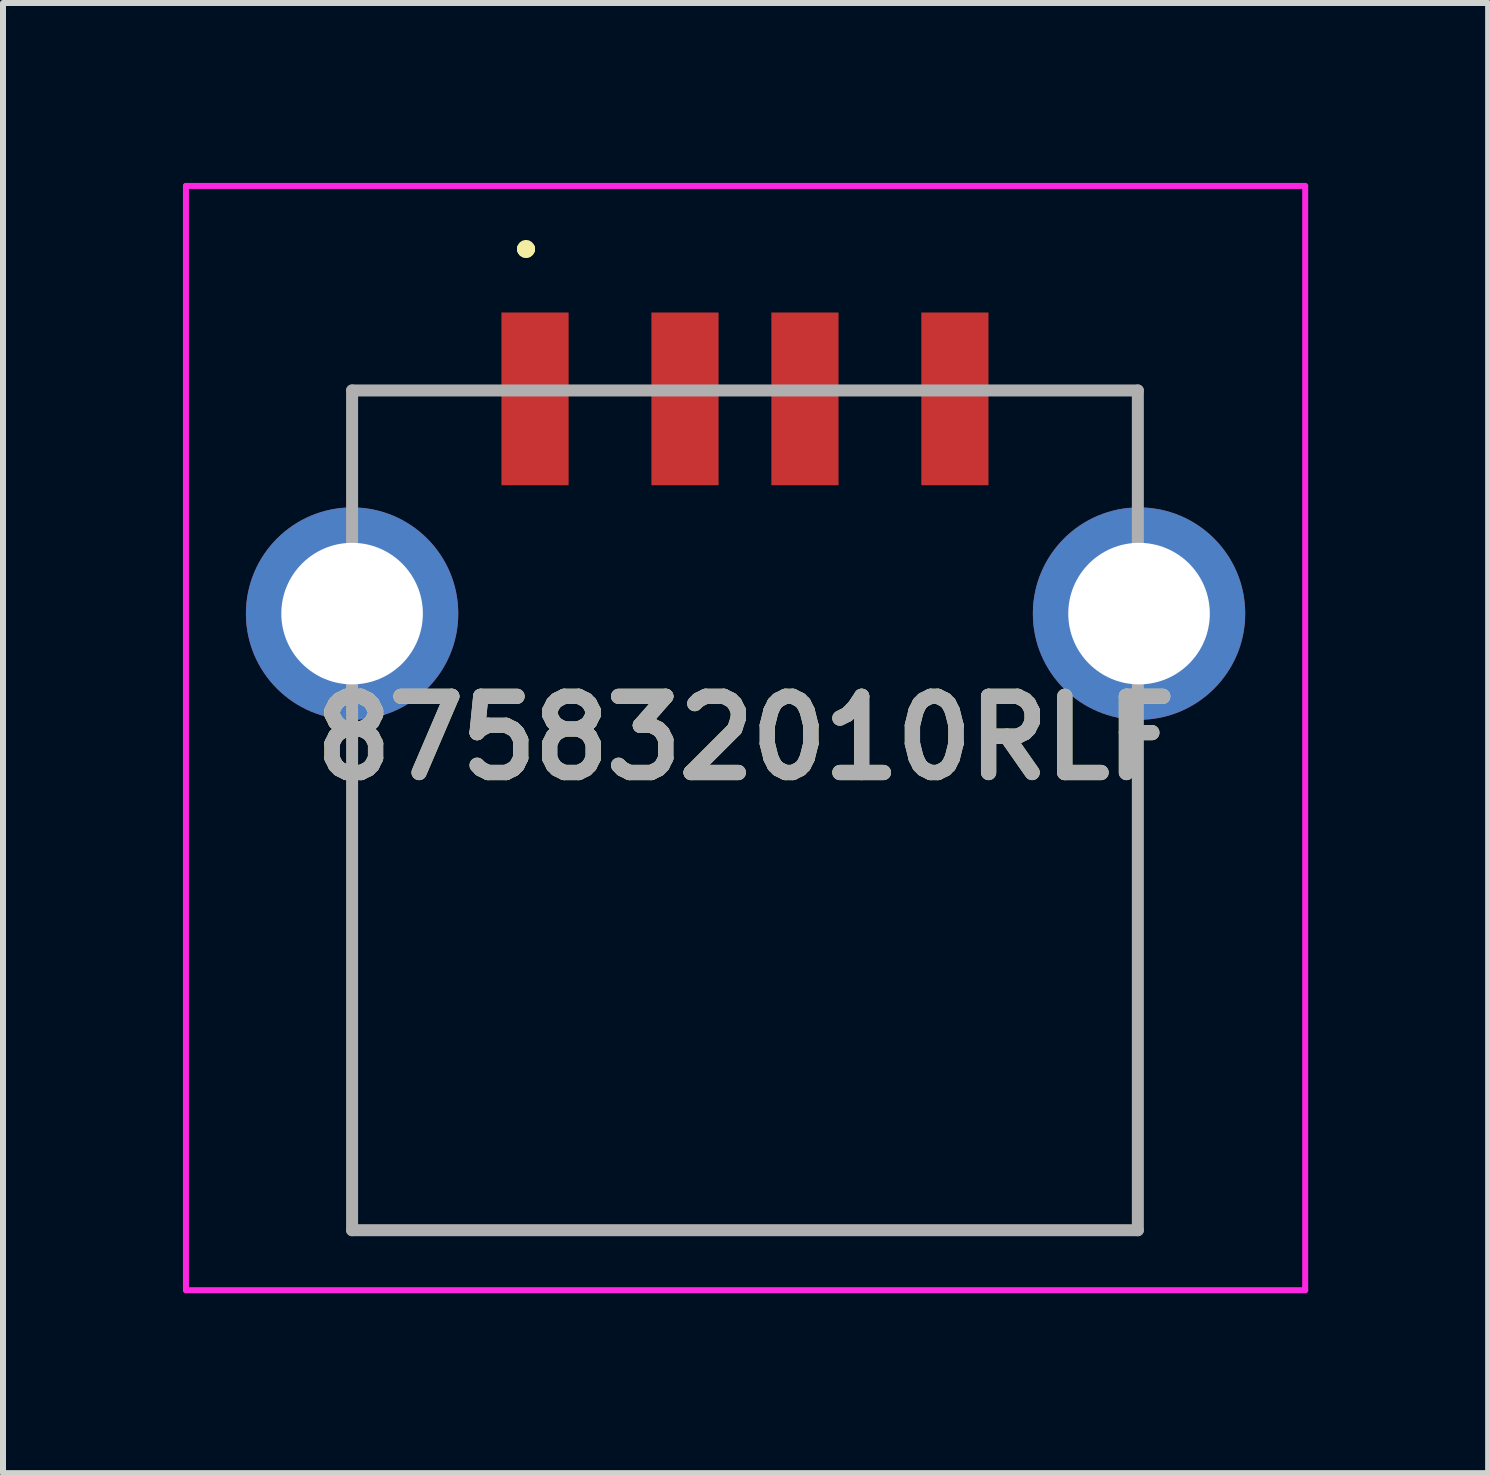
<source format=kicad_pcb>
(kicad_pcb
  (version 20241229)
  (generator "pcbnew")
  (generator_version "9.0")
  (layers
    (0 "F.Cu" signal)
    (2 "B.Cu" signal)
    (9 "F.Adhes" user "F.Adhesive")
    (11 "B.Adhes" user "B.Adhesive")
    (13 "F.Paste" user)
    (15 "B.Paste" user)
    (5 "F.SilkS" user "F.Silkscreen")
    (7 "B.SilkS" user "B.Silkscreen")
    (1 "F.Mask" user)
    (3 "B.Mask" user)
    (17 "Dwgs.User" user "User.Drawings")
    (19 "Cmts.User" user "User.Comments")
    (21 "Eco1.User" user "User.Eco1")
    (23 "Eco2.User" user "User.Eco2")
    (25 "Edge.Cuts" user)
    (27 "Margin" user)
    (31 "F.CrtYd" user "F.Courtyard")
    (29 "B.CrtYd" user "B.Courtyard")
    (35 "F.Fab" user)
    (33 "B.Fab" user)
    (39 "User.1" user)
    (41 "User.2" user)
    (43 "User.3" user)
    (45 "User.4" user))
  (footprint "875832010RLF"
    (layer "F.Cu")
    (at 9.37 3.6)
    (property "Reference" "875832010RLF" (at 0.01 5.655 0) (layer "F.SilkS") (effects (font (size 1.27 1.27) (thickness 0.254))))
    (attr through_hole)
    (fp_line (start -6.55 6.25) (end -6.55 13.86) (stroke (width 0.1) (type solid)) (layer "F.SilkS"))
    (fp_line (start -6.55 13.86) (end 6.57 13.86) (stroke (width 0.1) (type solid)) (layer "F.SilkS"))
    (fp_line (start -3.7 -2.5) (end -3.7 -2.5) (stroke (width 0.2) (type solid)) (layer "F.SilkS"))
    (fp_line (start -3.7 -2.5) (end -3.7 -2.5) (stroke (width 0.2) (type solid)) (layer "F.SilkS"))
    (fp_line (start -3.6 -2.5) (end -3.6 -2.5) (stroke (width 0.2) (type solid)) (layer "F.SilkS"))
    (fp_line (start 6.57 13.86) (end 6.57 6.25) (stroke (width 0.1) (type solid)) (layer "F.SilkS"))
    (fp_arc (start -3.7 -2.5) (mid -3.65 -2.55) (end -3.6 -2.5) (stroke (width 0.2) (type solid)) (layer "F.SilkS"))
    (fp_arc (start -3.6 -2.5) (mid -3.65 -2.45) (end -3.7 -2.5) (stroke (width 0.2) (type solid)) (layer "F.SilkS"))
    (fp_arc (start -3.6 -2.5) (mid -3.65 -2.45) (end -3.7 -2.5) (stroke (width 0.2) (type solid)) (layer "F.SilkS"))
    (fp_line (start -9.32 -3.55) (end 9.34 -3.55) (stroke (width 0.1) (type solid)) (layer "F.CrtYd"))
    (fp_line (start -9.32 14.86) (end -9.32 -3.55) (stroke (width 0.1) (type solid)) (layer "F.CrtYd"))
    (fp_line (start 9.34 -3.55) (end 9.34 14.86) (stroke (width 0.1) (type solid)) (layer "F.CrtYd"))
    (fp_line (start 9.34 14.86) (end -9.32 14.86) (stroke (width 0.1) (type solid)) (layer "F.CrtYd"))
    (fp_line (start -6.55 -0.14) (end 6.55 -0.14) (stroke (width 0.2) (type solid)) (layer "F.Fab"))
    (fp_line (start -6.55 13.86) (end -6.55 -0.14) (stroke (width 0.2) (type solid)) (layer "F.Fab"))
    (fp_line (start 6.55 -0.14) (end 6.55 13.86) (stroke (width 0.2) (type solid)) (layer "F.Fab"))
    (fp_line (start 6.55 13.86) (end -6.55 13.86) (stroke (width 0.2) (type solid)) (layer "F.Fab"))
    (fp_text user "${REFERENCE}" (at 0.01 5.655 0) (layer "F.Fab") (effects (font (size 1.27 1.27) (thickness 0.254))))
    (pad "1" smd rect (at -3.5 0) (size 1.12 2.88) (layers "F.Cu" "F.Mask" "F.Paste"))
    (pad "2" smd rect (at -1 0) (size 1.12 2.88) (layers "F.Cu" "F.Mask" "F.Paste"))
    (pad "3" smd rect (at 1 0) (size 1.12 2.88) (layers "F.Cu" "F.Mask" "F.Paste"))
    (pad "4" smd rect (at 3.5 0) (size 1.12 2.88) (layers "F.Cu" "F.Mask" "F.Paste"))
    (pad "MH1" thru_hole circle (at -6.55 3.58) (size 3.54 3.54) (drill 2.36) (layers "*.Cu" "*.Mask"))
    (pad "MH2" thru_hole circle (at 6.57 3.58) (size 3.54 3.54) (drill 2.36) (layers "*.Cu" "*.Mask")))
  (gr_rect
    (start -3 -3)
    (end 21.76 21.51)
    (stroke (width 0.1) (type default))
    (fill no)
    (layer "Edge.Cuts")))
</source>
